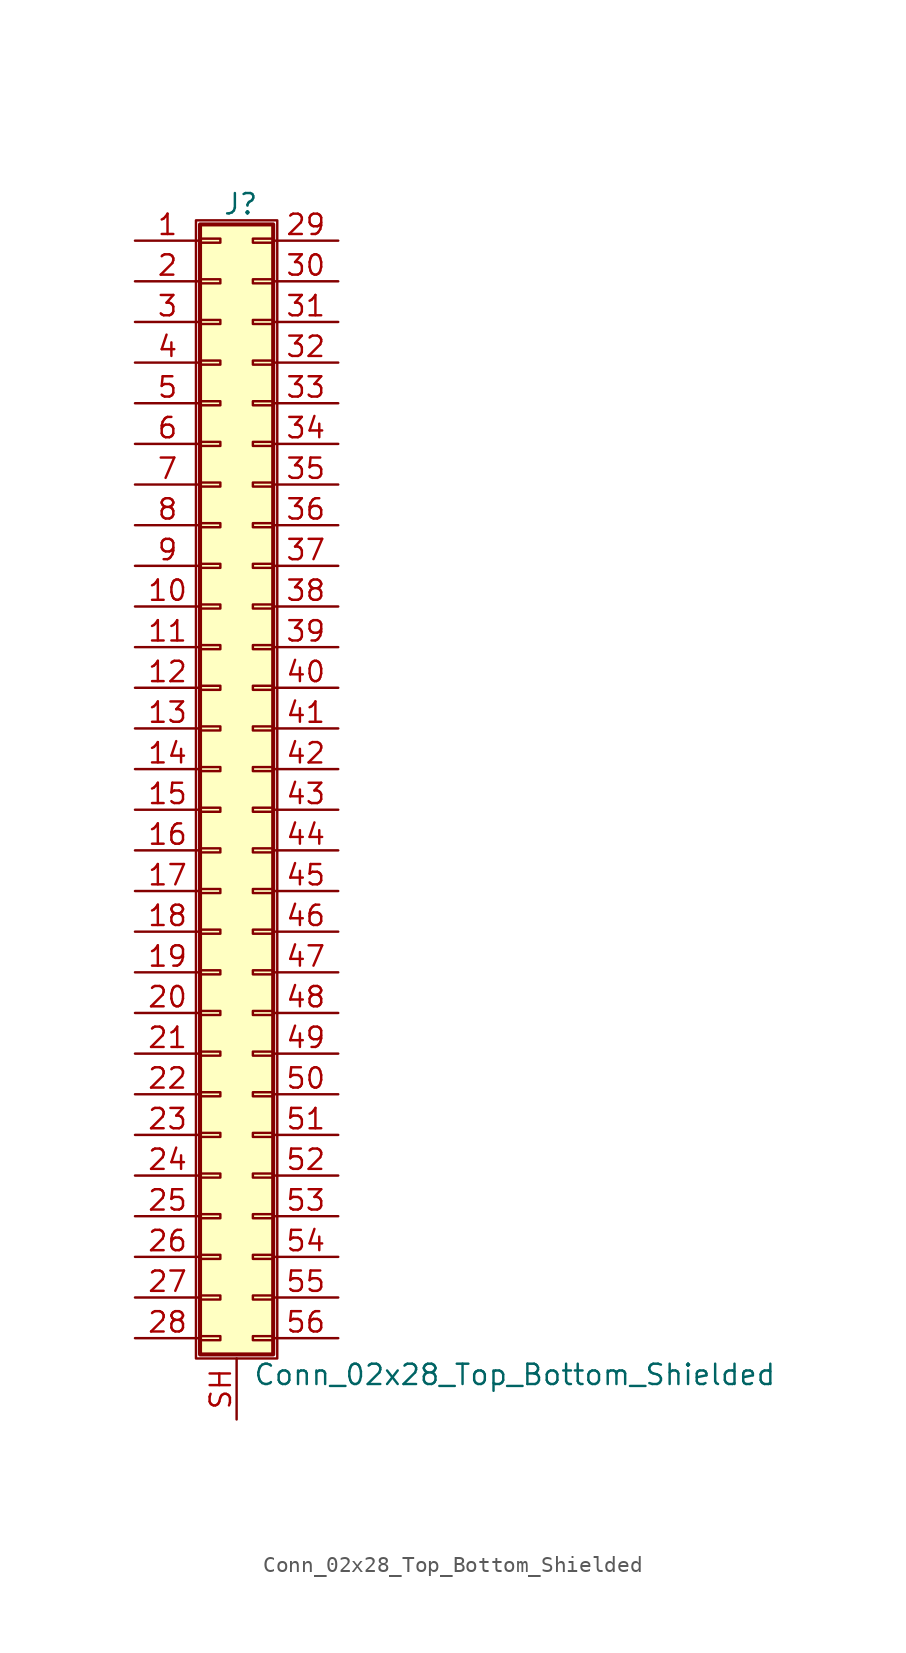
<source format=kicad_sym>
(kicad_symbol_lib
  (version 20220914)
  (generator kicad_symbol_editor)
  (symbol "Conn_02x28_Top_Bottom_Shielded"
    (pin_names
      (offset 1.016) hide)
    (property "Reference" "J"
      (at 1.524 35.306 0)
      (effects (font (size 1.27 1.27))))
    (property "Value" "Conn_02x28_Top_Bottom_Shielded"
      (at 2.286 -37.846 0)
      (effects (font (size 1.27 1.27)) (justify left)))
    (symbol "Conn_02x28_Top_Bottom_Shielded_1_1"
      (rectangle (start -1.27 34.29) (end 3.81 -36.83) (stroke (width 0.152) (type default)) (fill (type none)))
      (rectangle (start -1.016 -35.433) (end 0.254 -35.687) (stroke (width 0.152) (type default)) (fill (type none)))
      (rectangle (start -1.016 -32.893) (end 0.254 -33.147) (stroke (width 0.152) (type default)) (fill (type none)))
      (rectangle (start -1.016 -30.353) (end 0.254 -30.607) (stroke (width 0.152) (type default)) (fill (type none)))
      (rectangle (start -1.016 -27.813) (end 0.254 -28.067) (stroke (width 0.152) (type default)) (fill (type none)))
      (rectangle (start -1.016 -25.273) (end 0.254 -25.527) (stroke (width 0.152) (type default)) (fill (type none)))
      (rectangle (start -1.016 -22.733) (end 0.254 -22.987) (stroke (width 0.152) (type default)) (fill (type none)))
      (rectangle (start -1.016 -20.193) (end 0.254 -20.447) (stroke (width 0.152) (type default)) (fill (type none)))
      (rectangle (start -1.016 -17.653) (end 0.254 -17.907) (stroke (width 0.152) (type default)) (fill (type none)))
      (rectangle (start -1.016 -15.113) (end 0.254 -15.367) (stroke (width 0.152) (type default)) (fill (type none)))
      (rectangle (start -1.016 -12.573) (end 0.254 -12.827) (stroke (width 0.152) (type default)) (fill (type none)))
      (rectangle (start -1.016 -10.033) (end 0.254 -10.287) (stroke (width 0.152) (type default)) (fill (type none)))
      (rectangle (start -1.016 -7.493) (end 0.254 -7.747) (stroke (width 0.152) (type default)) (fill (type none)))
      (rectangle (start -1.016 -4.953) (end 0.254 -5.207) (stroke (width 0.152) (type default)) (fill (type none)))
      (rectangle (start -1.016 -2.413) (end 0.254 -2.667) (stroke (width 0.152) (type default)) (fill (type none)))
      (rectangle (start -1.016 0.127) (end 0.254 -0.127) (stroke (width 0.152) (type default)) (fill (type none)))
      (rectangle (start -1.016 2.667) (end 0.254 2.413) (stroke (width 0.152) (type default)) (fill (type none)))
      (rectangle (start -1.016 5.207) (end 0.254 4.953) (stroke (width 0.152) (type default)) (fill (type none)))
      (rectangle (start -1.016 7.747) (end 0.254 7.493) (stroke (width 0.152) (type default)) (fill (type none)))
      (rectangle (start -1.016 10.287) (end 0.254 10.033) (stroke (width 0.152) (type default)) (fill (type none)))
      (rectangle (start -1.016 12.827) (end 0.254 12.573) (stroke (width 0.152) (type default)) (fill (type none)))
      (rectangle (start -1.016 15.367) (end 0.254 15.113) (stroke (width 0.152) (type default)) (fill (type none)))
      (rectangle (start -1.016 17.907) (end 0.254 17.653) (stroke (width 0.152) (type default)) (fill (type none)))
      (rectangle (start -1.016 20.447) (end 0.254 20.193) (stroke (width 0.152) (type default)) (fill (type none)))
      (rectangle (start -1.016 22.987) (end 0.254 22.733) (stroke (width 0.152) (type default)) (fill (type none)))
      (rectangle (start -1.016 25.527) (end 0.254 25.273) (stroke (width 0.152) (type default)) (fill (type none)))
      (rectangle (start -1.016 28.067) (end 0.254 27.813) (stroke (width 0.152) (type default)) (fill (type none)))
      (rectangle (start -1.016 30.607) (end 0.254 30.353) (stroke (width 0.152) (type default)) (fill (type none)))
      (rectangle (start -1.016 33.147) (end 0.254 32.893) (stroke (width 0.152) (type default)) (fill (type none)))
      (rectangle (start -1.016 34.036) (end 3.556 -36.576) (stroke (width 0.254) (type default)) (fill (type background)))
      (rectangle (start 3.556 -35.433) (end 2.286 -35.687) (stroke (width 0.152) (type default)) (fill (type none)))
      (rectangle (start 3.556 -32.893) (end 2.286 -33.147) (stroke (width 0.152) (type default)) (fill (type none)))
      (rectangle (start 3.556 -30.353) (end 2.286 -30.607) (stroke (width 0.152) (type default)) (fill (type none)))
      (rectangle (start 3.556 -27.813) (end 2.286 -28.067) (stroke (width 0.152) (type default)) (fill (type none)))
      (rectangle (start 3.556 -25.273) (end 2.286 -25.527) (stroke (width 0.152) (type default)) (fill (type none)))
      (rectangle (start 3.556 -22.733) (end 2.286 -22.987) (stroke (width 0.152) (type default)) (fill (type none)))
      (rectangle (start 3.556 -20.193) (end 2.286 -20.447) (stroke (width 0.152) (type default)) (fill (type none)))
      (rectangle (start 3.556 -17.653) (end 2.286 -17.907) (stroke (width 0.152) (type default)) (fill (type none)))
      (rectangle (start 3.556 -15.113) (end 2.286 -15.367) (stroke (width 0.152) (type default)) (fill (type none)))
      (rectangle (start 3.556 -12.573) (end 2.286 -12.827) (stroke (width 0.152) (type default)) (fill (type none)))
      (rectangle (start 3.556 -10.033) (end 2.286 -10.287) (stroke (width 0.152) (type default)) (fill (type none)))
      (rectangle (start 3.556 -7.493) (end 2.286 -7.747) (stroke (width 0.152) (type default)) (fill (type none)))
      (rectangle (start 3.556 -4.953) (end 2.286 -5.207) (stroke (width 0.152) (type default)) (fill (type none)))
      (rectangle (start 3.556 -2.413) (end 2.286 -2.667) (stroke (width 0.152) (type default)) (fill (type none)))
      (rectangle (start 3.556 0.127) (end 2.286 -0.127) (stroke (width 0.152) (type default)) (fill (type none)))
      (rectangle (start 3.556 2.667) (end 2.286 2.413) (stroke (width 0.152) (type default)) (fill (type none)))
      (rectangle (start 3.556 5.207) (end 2.286 4.953) (stroke (width 0.152) (type default)) (fill (type none)))
      (rectangle (start 3.556 7.747) (end 2.286 7.493) (stroke (width 0.152) (type default)) (fill (type none)))
      (rectangle (start 3.556 10.287) (end 2.286 10.033) (stroke (width 0.152) (type default)) (fill (type none)))
      (rectangle (start 3.556 12.827) (end 2.286 12.573) (stroke (width 0.152) (type default)) (fill (type none)))
      (rectangle (start 3.556 15.367) (end 2.286 15.113) (stroke (width 0.152) (type default)) (fill (type none)))
      (rectangle (start 3.556 17.907) (end 2.286 17.653) (stroke (width 0.152) (type default)) (fill (type none)))
      (rectangle (start 3.556 20.447) (end 2.286 20.193) (stroke (width 0.152) (type default)) (fill (type none)))
      (rectangle (start 3.556 22.987) (end 2.286 22.733) (stroke (width 0.152) (type default)) (fill (type none)))
      (rectangle (start 3.556 25.527) (end 2.286 25.273) (stroke (width 0.152) (type default)) (fill (type none)))
      (rectangle (start 3.556 28.067) (end 2.286 27.813) (stroke (width 0.152) (type default)) (fill (type none)))
      (rectangle (start 3.556 30.607) (end 2.286 30.353) (stroke (width 0.152) (type default)) (fill (type none)))
      (rectangle (start 3.556 33.147) (end 2.286 32.893) (stroke (width 0.152) (type default)) (fill (type none)))
      (pin passive line (at -5.08 33.02 0) (length 4.064) (name "Pin_1" (effects (font (size 1.27 1.27)))) (number "1" (effects (font (size 1.27 1.27)))))
      (pin passive line (at -5.08 10.16 0) (length 4.064) (name "Pin_10" (effects (font (size 1.27 1.27)))) (number "10" (effects (font (size 1.27 1.27)))))
      (pin passive line (at -5.08 7.62 0) (length 4.064) (name "Pin_11" (effects (font (size 1.27 1.27)))) (number "11" (effects (font (size 1.27 1.27)))))
      (pin passive line (at -5.08 5.08 0) (length 4.064) (name "Pin_12" (effects (font (size 1.27 1.27)))) (number "12" (effects (font (size 1.27 1.27)))))
      (pin passive line (at -5.08 2.54 0) (length 4.064) (name "Pin_13" (effects (font (size 1.27 1.27)))) (number "13" (effects (font (size 1.27 1.27)))))
      (pin passive line (at -5.08 0 0) (length 4.064) (name "Pin_14" (effects (font (size 1.27 1.27)))) (number "14" (effects (font (size 1.27 1.27)))))
      (pin passive line (at -5.08 -2.54 0) (length 4.064) (name "Pin_15" (effects (font (size 1.27 1.27)))) (number "15" (effects (font (size 1.27 1.27)))))
      (pin passive line (at -5.08 -5.08 0) (length 4.064) (name "Pin_16" (effects (font (size 1.27 1.27)))) (number "16" (effects (font (size 1.27 1.27)))))
      (pin passive line (at -5.08 -7.62 0) (length 4.064) (name "Pin_17" (effects (font (size 1.27 1.27)))) (number "17" (effects (font (size 1.27 1.27)))))
      (pin passive line (at -5.08 -10.16 0) (length 4.064) (name "Pin_18" (effects (font (size 1.27 1.27)))) (number "18" (effects (font (size 1.27 1.27)))))
      (pin passive line (at -5.08 -12.7 0) (length 4.064) (name "Pin_19" (effects (font (size 1.27 1.27)))) (number "19" (effects (font (size 1.27 1.27)))))
      (pin passive line (at -5.08 30.48 0) (length 4.064) (name "Pin_2" (effects (font (size 1.27 1.27)))) (number "2" (effects (font (size 1.27 1.27)))))
      (pin passive line (at -5.08 -15.24 0) (length 4.064) (name "Pin_20" (effects (font (size 1.27 1.27)))) (number "20" (effects (font (size 1.27 1.27)))))
      (pin passive line (at -5.08 -17.78 0) (length 4.064) (name "Pin_21" (effects (font (size 1.27 1.27)))) (number "21" (effects (font (size 1.27 1.27)))))
      (pin passive line (at -5.08 -20.32 0) (length 4.064) (name "Pin_22" (effects (font (size 1.27 1.27)))) (number "22" (effects (font (size 1.27 1.27)))))
      (pin passive line (at -5.08 -22.86 0) (length 4.064) (name "Pin_23" (effects (font (size 1.27 1.27)))) (number "23" (effects (font (size 1.27 1.27)))))
      (pin passive line (at -5.08 -25.4 0) (length 4.064) (name "Pin_24" (effects (font (size 1.27 1.27)))) (number "24" (effects (font (size 1.27 1.27)))))
      (pin passive line (at -5.08 -27.94 0) (length 4.064) (name "Pin_25" (effects (font (size 1.27 1.27)))) (number "25" (effects (font (size 1.27 1.27)))))
      (pin passive line (at -5.08 -30.48 0) (length 4.064) (name "Pin_26" (effects (font (size 1.27 1.27)))) (number "26" (effects (font (size 1.27 1.27)))))
      (pin passive line (at -5.08 -33.02 0) (length 4.064) (name "Pin_27" (effects (font (size 1.27 1.27)))) (number "27" (effects (font (size 1.27 1.27)))))
      (pin passive line (at -5.08 -35.56 0) (length 4.064) (name "Pin_28" (effects (font (size 1.27 1.27)))) (number "28" (effects (font (size 1.27 1.27)))))
      (pin passive line (at 7.62 33.02 180) (length 4.064) (name "Pin_29" (effects (font (size 1.27 1.27)))) (number "29" (effects (font (size 1.27 1.27)))))
      (pin passive line (at -5.08 27.94 0) (length 4.064) (name "Pin_3" (effects (font (size 1.27 1.27)))) (number "3" (effects (font (size 1.27 1.27)))))
      (pin passive line (at 7.62 30.48 180) (length 4.064) (name "Pin_30" (effects (font (size 1.27 1.27)))) (number "30" (effects (font (size 1.27 1.27)))))
      (pin passive line (at 7.62 27.94 180) (length 4.064) (name "Pin_31" (effects (font (size 1.27 1.27)))) (number "31" (effects (font (size 1.27 1.27)))))
      (pin passive line (at 7.62 25.4 180) (length 4.064) (name "Pin_32" (effects (font (size 1.27 1.27)))) (number "32" (effects (font (size 1.27 1.27)))))
      (pin passive line (at 7.62 22.86 180) (length 4.064) (name "Pin_33" (effects (font (size 1.27 1.27)))) (number "33" (effects (font (size 1.27 1.27)))))
      (pin passive line (at 7.62 20.32 180) (length 4.064) (name "Pin_34" (effects (font (size 1.27 1.27)))) (number "34" (effects (font (size 1.27 1.27)))))
      (pin passive line (at 7.62 17.78 180) (length 4.064) (name "Pin_35" (effects (font (size 1.27 1.27)))) (number "35" (effects (font (size 1.27 1.27)))))
      (pin passive line (at 7.62 15.24 180) (length 4.064) (name "Pin_36" (effects (font (size 1.27 1.27)))) (number "36" (effects (font (size 1.27 1.27)))))
      (pin passive line (at 7.62 12.7 180) (length 4.064) (name "Pin_37" (effects (font (size 1.27 1.27)))) (number "37" (effects (font (size 1.27 1.27)))))
      (pin passive line (at 7.62 10.16 180) (length 4.064) (name "Pin_38" (effects (font (size 1.27 1.27)))) (number "38" (effects (font (size 1.27 1.27)))))
      (pin passive line (at 7.62 7.62 180) (length 4.064) (name "Pin_39" (effects (font (size 1.27 1.27)))) (number "39" (effects (font (size 1.27 1.27)))))
      (pin passive line (at -5.08 25.4 0) (length 4.064) (name "Pin_4" (effects (font (size 1.27 1.27)))) (number "4" (effects (font (size 1.27 1.27)))))
      (pin passive line (at 7.62 5.08 180) (length 4.064) (name "Pin_40" (effects (font (size 1.27 1.27)))) (number "40" (effects (font (size 1.27 1.27)))))
      (pin passive line (at 7.62 2.54 180) (length 4.064) (name "Pin_41" (effects (font (size 1.27 1.27)))) (number "41" (effects (font (size 1.27 1.27)))))
      (pin passive line (at 7.62 0 180) (length 4.064) (name "Pin_42" (effects (font (size 1.27 1.27)))) (number "42" (effects (font (size 1.27 1.27)))))
      (pin passive line (at 7.62 -2.54 180) (length 4.064) (name "Pin_43" (effects (font (size 1.27 1.27)))) (number "43" (effects (font (size 1.27 1.27)))))
      (pin passive line (at 7.62 -5.08 180) (length 4.064) (name "Pin_44" (effects (font (size 1.27 1.27)))) (number "44" (effects (font (size 1.27 1.27)))))
      (pin passive line (at 7.62 -7.62 180) (length 4.064) (name "Pin_45" (effects (font (size 1.27 1.27)))) (number "45" (effects (font (size 1.27 1.27)))))
      (pin passive line (at 7.62 -10.16 180) (length 4.064) (name "Pin_46" (effects (font (size 1.27 1.27)))) (number "46" (effects (font (size 1.27 1.27)))))
      (pin passive line (at 7.62 -12.7 180) (length 4.064) (name "Pin_47" (effects (font (size 1.27 1.27)))) (number "47" (effects (font (size 1.27 1.27)))))
      (pin passive line (at 7.62 -15.24 180) (length 4.064) (name "Pin_48" (effects (font (size 1.27 1.27)))) (number "48" (effects (font (size 1.27 1.27)))))
      (pin passive line (at 7.62 -17.78 180) (length 4.064) (name "Pin_49" (effects (font (size 1.27 1.27)))) (number "49" (effects (font (size 1.27 1.27)))))
      (pin passive line (at -5.08 22.86 0) (length 4.064) (name "Pin_5" (effects (font (size 1.27 1.27)))) (number "5" (effects (font (size 1.27 1.27)))))
      (pin passive line (at 7.62 -20.32 180) (length 4.064) (name "Pin_50" (effects (font (size 1.27 1.27)))) (number "50" (effects (font (size 1.27 1.27)))))
      (pin passive line (at 7.62 -22.86 180) (length 4.064) (name "Pin_51" (effects (font (size 1.27 1.27)))) (number "51" (effects (font (size 1.27 1.27)))))
      (pin passive line (at 7.62 -25.4 180) (length 4.064) (name "Pin_52" (effects (font (size 1.27 1.27)))) (number "52" (effects (font (size 1.27 1.27)))))
      (pin passive line (at 7.62 -27.94 180) (length 4.064) (name "Pin_53" (effects (font (size 1.27 1.27)))) (number "53" (effects (font (size 1.27 1.27)))))
      (pin passive line (at 7.62 -30.48 180) (length 4.064) (name "Pin_54" (effects (font (size 1.27 1.27)))) (number "54" (effects (font (size 1.27 1.27)))))
      (pin passive line (at 7.62 -33.02 180) (length 4.064) (name "Pin_55" (effects (font (size 1.27 1.27)))) (number "55" (effects (font (size 1.27 1.27)))))
      (pin passive line (at 7.62 -35.56 180) (length 4.064) (name "Pin_56" (effects (font (size 1.27 1.27)))) (number "56" (effects (font (size 1.27 1.27)))))
      (pin passive line (at -5.08 20.32 0) (length 4.064) (name "Pin_6" (effects (font (size 1.27 1.27)))) (number "6" (effects (font (size 1.27 1.27)))))
      (pin passive line (at -5.08 17.78 0) (length 4.064) (name "Pin_7" (effects (font (size 1.27 1.27)))) (number "7" (effects (font (size 1.27 1.27)))))
      (pin passive line (at -5.08 15.24 0) (length 4.064) (name "Pin_8" (effects (font (size 1.27 1.27)))) (number "8" (effects (font (size 1.27 1.27)))))
      (pin passive line (at -5.08 12.7 0) (length 4.064) (name "Pin_9" (effects (font (size 1.27 1.27)))) (number "9" (effects (font (size 1.27 1.27)))))
      (pin passive line (at 1.27 -40.64 90) (length 3.81) (name "Shield" (effects (font (size 1.27 1.27)))) (number "SH" (effects (font (size 1.27 1.27))))))))
</source>
